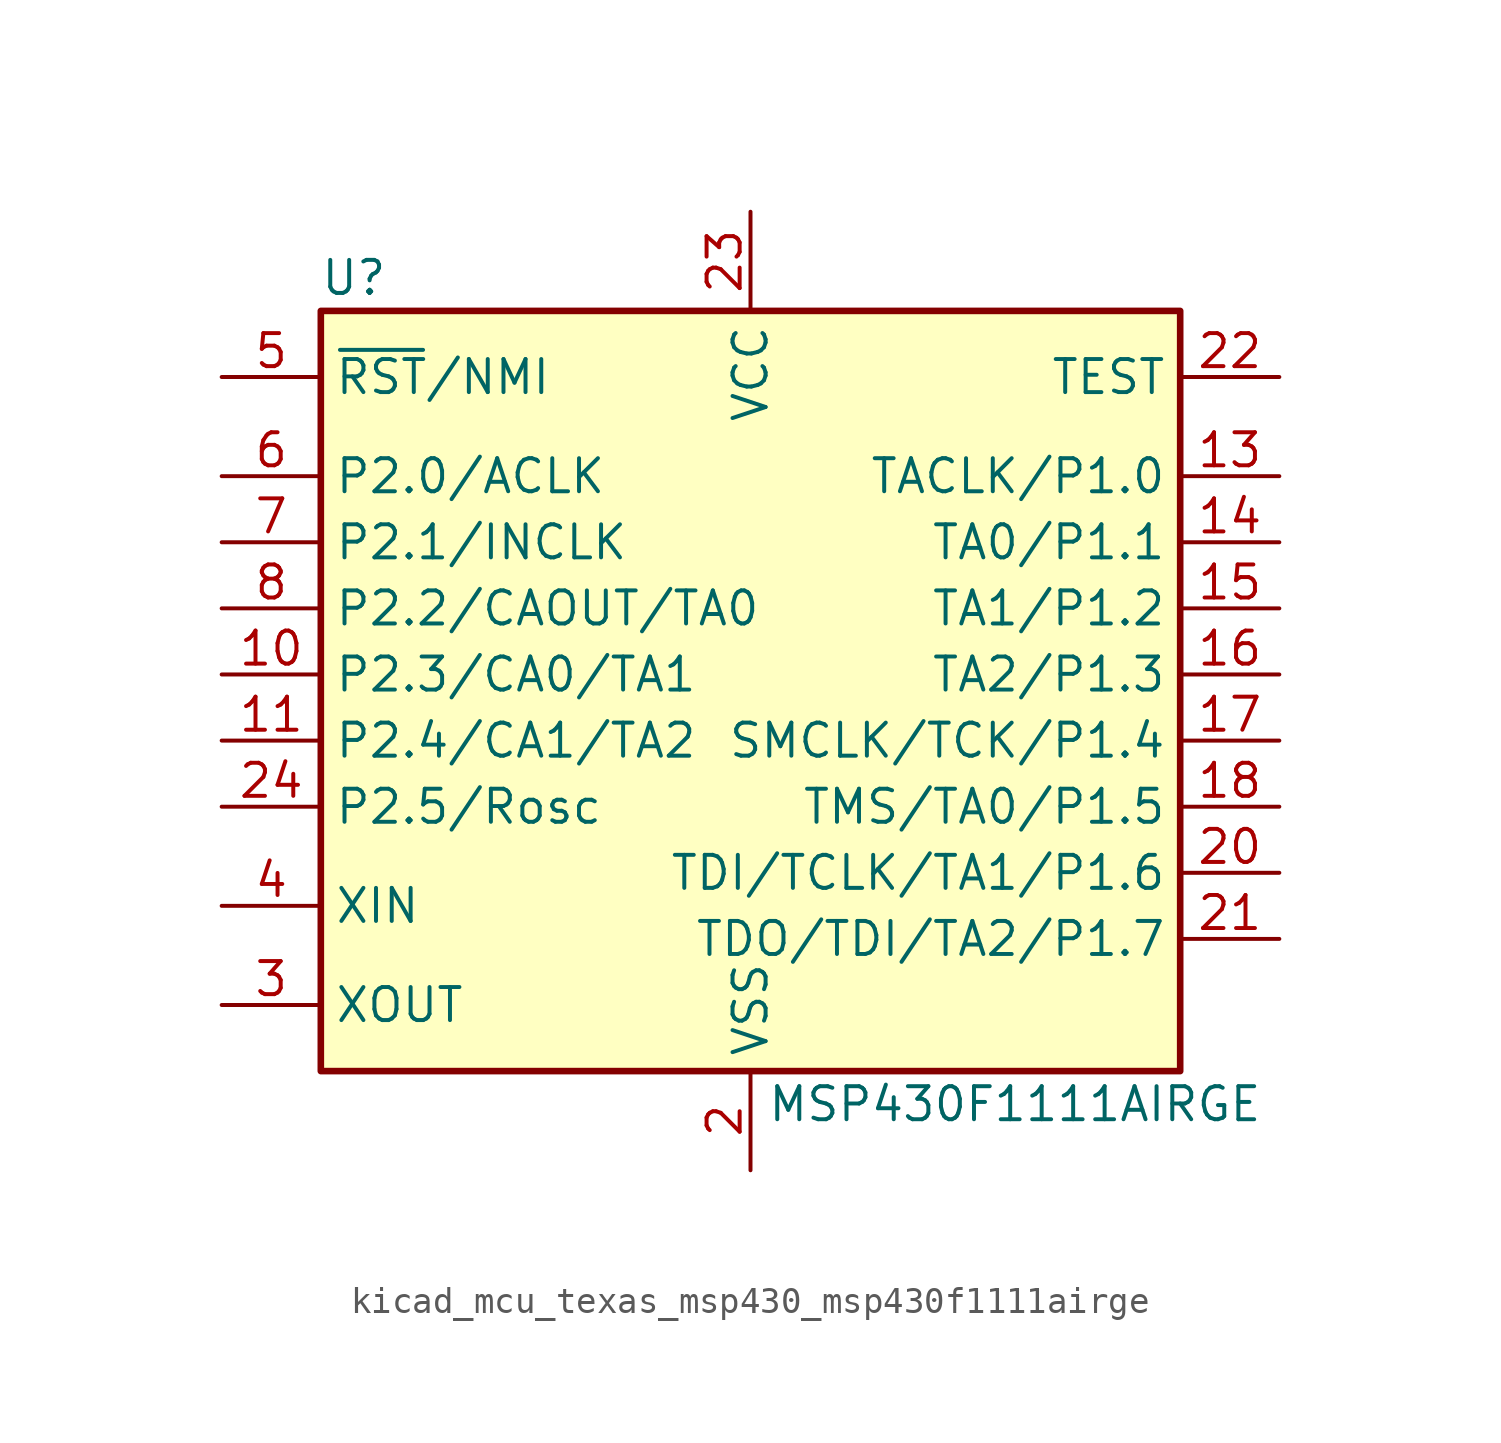
<source format=kicad_sym>
(kicad_symbol_lib
  (version 20220914)
  (generator kicad_symbol_editor)
  (symbol "kicad_mcu_texas_msp430_msp430f1111airge"
    (property "Reference" "U"
      (at -15.24 15.24 0)
      (effects (font (size 1.27 1.27))))
    (property "Value" "MSP430F1111AIRGE"
      (at 10.16 -16.51 0)
      (effects (font (size 1.27 1.27))))
    (symbol "kicad_mcu_texas_msp430_msp430f1111airge_0_1"
      (rectangle (start -16.51 13.97) (end 16.51 -15.24) (stroke (width 0.254) (type default)) (fill (type background))))
    (symbol "kicad_mcu_texas_msp430_msp430f1111airge_1_1"
      (pin bidirectional line (at -20.32 0 0) (length 3.81) (name "P2.3/CA0/TA1" (effects (font (size 1.27 1.27)))) (number "10" (effects (font (size 1.27 1.27)))))
      (pin bidirectional line (at -20.32 -2.54 0) (length 3.81) (name "P2.4/CA1/TA2" (effects (font (size 1.27 1.27)))) (number "11" (effects (font (size 1.27 1.27)))))
      (pin bidirectional line (at 20.32 7.62 180) (length 3.81) (name "TACLK/P1.0" (effects (font (size 1.27 1.27)))) (number "13" (effects (font (size 1.27 1.27)))))
      (pin bidirectional line (at 20.32 5.08 180) (length 3.81) (name "TA0/P1.1" (effects (font (size 1.27 1.27)))) (number "14" (effects (font (size 1.27 1.27)))))
      (pin bidirectional line (at 20.32 2.54 180) (length 3.81) (name "TA1/P1.2" (effects (font (size 1.27 1.27)))) (number "15" (effects (font (size 1.27 1.27)))))
      (pin bidirectional line (at 20.32 0 180) (length 3.81) (name "TA2/P1.3" (effects (font (size 1.27 1.27)))) (number "16" (effects (font (size 1.27 1.27)))))
      (pin bidirectional line (at 20.32 -2.54 180) (length 3.81) (name "SMCLK/TCK/P1.4" (effects (font (size 1.27 1.27)))) (number "17" (effects (font (size 1.27 1.27)))))
      (pin bidirectional line (at 20.32 -5.08 180) (length 3.81) (name "TMS/TA0/P1.5" (effects (font (size 1.27 1.27)))) (number "18" (effects (font (size 1.27 1.27)))))
      (pin power_in line (at 0 -19.05 90) (length 3.81) (name "VSS" (effects (font (size 1.27 1.27)))) (number "2" (effects (font (size 1.27 1.27)))))
      (pin bidirectional line (at 20.32 -7.62 180) (length 3.81) (name "TDI/TCLK/TA1/P1.6" (effects (font (size 1.27 1.27)))) (number "20" (effects (font (size 1.27 1.27)))))
      (pin bidirectional line (at 20.32 -10.16 180) (length 3.81) (name "TDO/TDI/TA2/P1.7" (effects (font (size 1.27 1.27)))) (number "21" (effects (font (size 1.27 1.27)))))
      (pin input line (at 20.32 11.43 180) (length 3.81) (name "TEST" (effects (font (size 1.27 1.27)))) (number "22" (effects (font (size 1.27 1.27)))))
      (pin power_in line (at 0 17.78 270) (length 3.81) (name "VCC" (effects (font (size 1.27 1.27)))) (number "23" (effects (font (size 1.27 1.27)))))
      (pin bidirectional line (at -20.32 -5.08 0) (length 3.81) (name "P2.5/Rosc" (effects (font (size 1.27 1.27)))) (number "24" (effects (font (size 1.27 1.27)))))
      (pin output line (at -20.32 -12.7 0) (length 3.81) (name "XOUT" (effects (font (size 1.27 1.27)))) (number "3" (effects (font (size 1.27 1.27)))))
      (pin input line (at -20.32 -8.89 0) (length 3.81) (name "XIN" (effects (font (size 1.27 1.27)))) (number "4" (effects (font (size 1.27 1.27)))))
      (pin input line (at -20.32 11.43 0) (length 3.81) (name "~{RST}/NMI" (effects (font (size 1.27 1.27)))) (number "5" (effects (font (size 1.27 1.27)))))
      (pin bidirectional line (at -20.32 7.62 0) (length 3.81) (name "P2.0/ACLK" (effects (font (size 1.27 1.27)))) (number "6" (effects (font (size 1.27 1.27)))))
      (pin bidirectional line (at -20.32 5.08 0) (length 3.81) (name "P2.1/INCLK" (effects (font (size 1.27 1.27)))) (number "7" (effects (font (size 1.27 1.27)))))
      (pin bidirectional line (at -20.32 2.54 0) (length 3.81) (name "P2.2/CAOUT/TA0" (effects (font (size 1.27 1.27)))) (number "8" (effects (font (size 1.27 1.27))))))))
</source>
